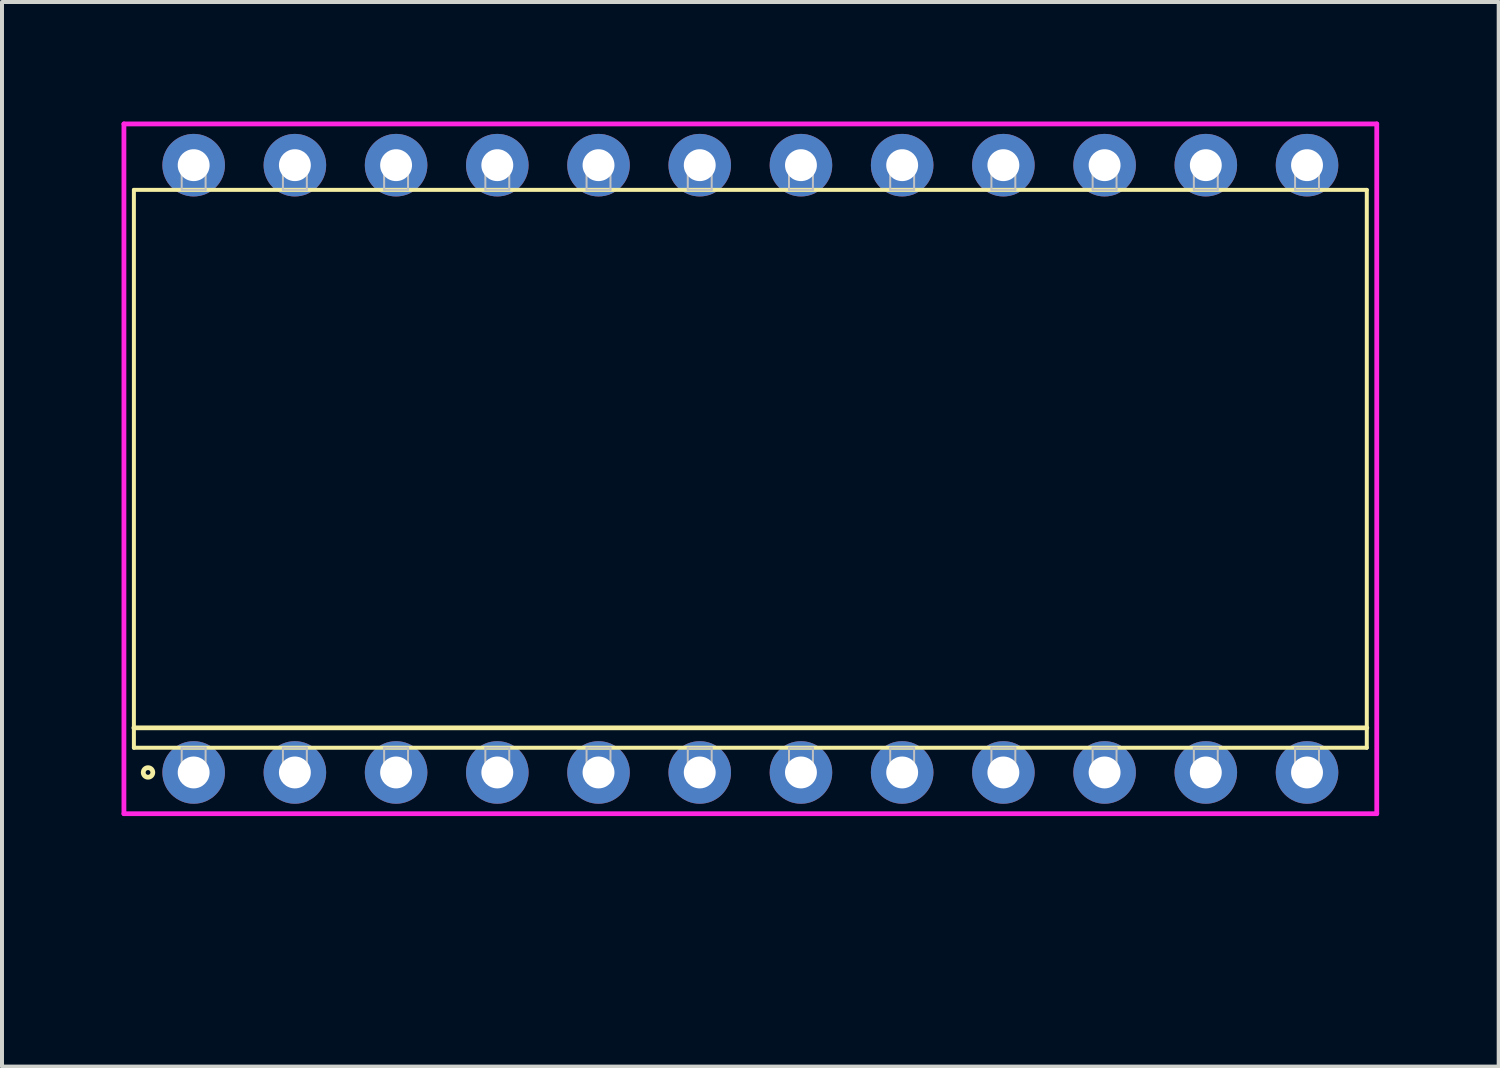
<source format=kicad_pcb>
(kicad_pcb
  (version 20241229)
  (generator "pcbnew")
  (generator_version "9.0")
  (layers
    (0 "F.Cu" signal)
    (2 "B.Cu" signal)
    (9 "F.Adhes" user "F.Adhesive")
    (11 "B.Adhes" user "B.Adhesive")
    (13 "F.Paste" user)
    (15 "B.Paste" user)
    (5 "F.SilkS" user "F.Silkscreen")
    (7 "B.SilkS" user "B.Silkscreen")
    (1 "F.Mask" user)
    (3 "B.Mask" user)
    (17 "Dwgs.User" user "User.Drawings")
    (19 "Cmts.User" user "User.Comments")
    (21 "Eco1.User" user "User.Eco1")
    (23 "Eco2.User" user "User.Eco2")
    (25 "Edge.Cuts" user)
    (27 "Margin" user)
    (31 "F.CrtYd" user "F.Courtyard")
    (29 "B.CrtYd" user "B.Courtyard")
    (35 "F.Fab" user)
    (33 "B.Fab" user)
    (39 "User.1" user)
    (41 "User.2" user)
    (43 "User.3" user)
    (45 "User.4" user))
  (footprint "DIP254P3094x1400-24"
    (layer "F.Cu")
    (at 15.78 8.715)
    (property "Reference" "DIP254P3094x1400-24" (at 0 3 90) (layer "User.1") (effects (font (size 1 1) (thickness 0.1))))
    (attr through_hole)
    (fp_line (start -15.47 -7) (end -15.47 7) (stroke (width 0.1) (type solid)) (layer "F.SilkS"))
    (fp_line (start -15.47 6.5) (end 15.47 6.5) (stroke (width 0.12) (type solid)) (layer "F.SilkS"))
    (fp_line (start -15.47 7) (end 15.47 7) (stroke (width 0.1) (type solid)) (layer "F.SilkS"))
    (fp_line (start 15.47 -7) (end -15.47 -7) (stroke (width 0.1) (type solid)) (layer "F.SilkS"))
    (fp_line (start 15.47 7) (end 15.47 -7) (stroke (width 0.1) (type solid)) (layer "F.SilkS"))
    (fp_circle (center -15.115 7.62) (end -14.995 7.62) (stroke (width 0.12) (type solid)) (fill no) (layer "F.SilkS"))
    (fp_line (start -14.27 -7.62) (end -14.27 -7) (stroke (width 0.05) (type solid)) (layer "Dwgs.User"))
    (fp_line (start -14.27 -7) (end -13.67 -7) (stroke (width 0.05) (type solid)) (layer "Dwgs.User"))
    (fp_line (start -14.27 7) (end -13.67 7) (stroke (width 0.05) (type solid)) (layer "Dwgs.User"))
    (fp_line (start -14.27 7.62) (end -14.27 7) (stroke (width 0.05) (type solid)) (layer "Dwgs.User"))
    (fp_line (start -13.67 -7.62) (end -14.27 -7.62) (stroke (width 0.05) (type solid)) (layer "Dwgs.User"))
    (fp_line (start -13.67 -7) (end -13.67 -7.62) (stroke (width 0.05) (type solid)) (layer "Dwgs.User"))
    (fp_line (start -13.67 7) (end -13.67 7.62) (stroke (width 0.05) (type solid)) (layer "Dwgs.User"))
    (fp_line (start -13.67 7.62) (end -14.27 7.62) (stroke (width 0.05) (type solid)) (layer "Dwgs.User"))
    (fp_line (start -11.73 -7.62) (end -11.73 -7) (stroke (width 0.05) (type solid)) (layer "Dwgs.User"))
    (fp_line (start -11.73 -7) (end -11.13 -7) (stroke (width 0.05) (type solid)) (layer "Dwgs.User"))
    (fp_line (start -11.73 7) (end -11.13 7) (stroke (width 0.05) (type solid)) (layer "Dwgs.User"))
    (fp_line (start -11.73 7.62) (end -11.73 7) (stroke (width 0.05) (type solid)) (layer "Dwgs.User"))
    (fp_line (start -11.13 -7.62) (end -11.73 -7.62) (stroke (width 0.05) (type solid)) (layer "Dwgs.User"))
    (fp_line (start -11.13 -7) (end -11.13 -7.62) (stroke (width 0.05) (type solid)) (layer "Dwgs.User"))
    (fp_line (start -11.13 7) (end -11.13 7.62) (stroke (width 0.05) (type solid)) (layer "Dwgs.User"))
    (fp_line (start -11.13 7.62) (end -11.73 7.62) (stroke (width 0.05) (type solid)) (layer "Dwgs.User"))
    (fp_line (start -9.19 -7.62) (end -9.19 -7) (stroke (width 0.05) (type solid)) (layer "Dwgs.User"))
    (fp_line (start -9.19 -7) (end -8.59 -7) (stroke (width 0.05) (type solid)) (layer "Dwgs.User"))
    (fp_line (start -9.19 7) (end -8.59 7) (stroke (width 0.05) (type solid)) (layer "Dwgs.User"))
    (fp_line (start -9.19 7.62) (end -9.19 7) (stroke (width 0.05) (type solid)) (layer "Dwgs.User"))
    (fp_line (start -8.59 -7.62) (end -9.19 -7.62) (stroke (width 0.05) (type solid)) (layer "Dwgs.User"))
    (fp_line (start -8.59 -7) (end -8.59 -7.62) (stroke (width 0.05) (type solid)) (layer "Dwgs.User"))
    (fp_line (start -8.59 7) (end -8.59 7.62) (stroke (width 0.05) (type solid)) (layer "Dwgs.User"))
    (fp_line (start -8.59 7.62) (end -9.19 7.62) (stroke (width 0.05) (type solid)) (layer "Dwgs.User"))
    (fp_line (start -6.65 -7.62) (end -6.65 -7) (stroke (width 0.05) (type solid)) (layer "Dwgs.User"))
    (fp_line (start -6.65 -7) (end -6.05 -7) (stroke (width 0.05) (type solid)) (layer "Dwgs.User"))
    (fp_line (start -6.65 7) (end -6.05 7) (stroke (width 0.05) (type solid)) (layer "Dwgs.User"))
    (fp_line (start -6.65 7.62) (end -6.65 7) (stroke (width 0.05) (type solid)) (layer "Dwgs.User"))
    (fp_line (start -6.05 -7.62) (end -6.65 -7.62) (stroke (width 0.05) (type solid)) (layer "Dwgs.User"))
    (fp_line (start -6.05 -7) (end -6.05 -7.62) (stroke (width 0.05) (type solid)) (layer "Dwgs.User"))
    (fp_line (start -6.05 7) (end -6.05 7.62) (stroke (width 0.05) (type solid)) (layer "Dwgs.User"))
    (fp_line (start -6.05 7.62) (end -6.65 7.62) (stroke (width 0.05) (type solid)) (layer "Dwgs.User"))
    (fp_line (start -4.11 -7.62) (end -4.11 -7) (stroke (width 0.05) (type solid)) (layer "Dwgs.User"))
    (fp_line (start -4.11 -7) (end -3.51 -7) (stroke (width 0.05) (type solid)) (layer "Dwgs.User"))
    (fp_line (start -4.11 7) (end -3.51 7) (stroke (width 0.05) (type solid)) (layer "Dwgs.User"))
    (fp_line (start -4.11 7.62) (end -4.11 7) (stroke (width 0.05) (type solid)) (layer "Dwgs.User"))
    (fp_line (start -3.51 -7.62) (end -4.11 -7.62) (stroke (width 0.05) (type solid)) (layer "Dwgs.User"))
    (fp_line (start -3.51 -7) (end -3.51 -7.62) (stroke (width 0.05) (type solid)) (layer "Dwgs.User"))
    (fp_line (start -3.51 7) (end -3.51 7.62) (stroke (width 0.05) (type solid)) (layer "Dwgs.User"))
    (fp_line (start -3.51 7.62) (end -4.11 7.62) (stroke (width 0.05) (type solid)) (layer "Dwgs.User"))
    (fp_line (start -1.57 -7.62) (end -1.57 -7) (stroke (width 0.05) (type solid)) (layer "Dwgs.User"))
    (fp_line (start -1.57 -7) (end -0.97 -7) (stroke (width 0.05) (type solid)) (layer "Dwgs.User"))
    (fp_line (start -1.57 7) (end -0.97 7) (stroke (width 0.05) (type solid)) (layer "Dwgs.User"))
    (fp_line (start -1.57 7.62) (end -1.57 7) (stroke (width 0.05) (type solid)) (layer "Dwgs.User"))
    (fp_line (start -0.97 -7.62) (end -1.57 -7.62) (stroke (width 0.05) (type solid)) (layer "Dwgs.User"))
    (fp_line (start -0.97 -7) (end -0.97 -7.62) (stroke (width 0.05) (type solid)) (layer "Dwgs.User"))
    (fp_line (start -0.97 7) (end -0.97 7.62) (stroke (width 0.05) (type solid)) (layer "Dwgs.User"))
    (fp_line (start -0.97 7.62) (end -1.57 7.62) (stroke (width 0.05) (type solid)) (layer "Dwgs.User"))
    (fp_line (start 0.97 -7.62) (end 0.97 -7) (stroke (width 0.05) (type solid)) (layer "Dwgs.User"))
    (fp_line (start 0.97 -7) (end 1.57 -7) (stroke (width 0.05) (type solid)) (layer "Dwgs.User"))
    (fp_line (start 0.97 7) (end 1.57 7) (stroke (width 0.05) (type solid)) (layer "Dwgs.User"))
    (fp_line (start 0.97 7.62) (end 0.97 7) (stroke (width 0.05) (type solid)) (layer "Dwgs.User"))
    (fp_line (start 1.57 -7.62) (end 0.97 -7.62) (stroke (width 0.05) (type solid)) (layer "Dwgs.User"))
    (fp_line (start 1.57 -7) (end 1.57 -7.62) (stroke (width 0.05) (type solid)) (layer "Dwgs.User"))
    (fp_line (start 1.57 7) (end 1.57 7.62) (stroke (width 0.05) (type solid)) (layer "Dwgs.User"))
    (fp_line (start 1.57 7.62) (end 0.97 7.62) (stroke (width 0.05) (type solid)) (layer "Dwgs.User"))
    (fp_line (start 3.51 -7.62) (end 3.51 -7) (stroke (width 0.05) (type solid)) (layer "Dwgs.User"))
    (fp_line (start 3.51 -7) (end 4.11 -7) (stroke (width 0.05) (type solid)) (layer "Dwgs.User"))
    (fp_line (start 3.51 7) (end 4.11 7) (stroke (width 0.05) (type solid)) (layer "Dwgs.User"))
    (fp_line (start 3.51 7.62) (end 3.51 7) (stroke (width 0.05) (type solid)) (layer "Dwgs.User"))
    (fp_line (start 4.11 -7.62) (end 3.51 -7.62) (stroke (width 0.05) (type solid)) (layer "Dwgs.User"))
    (fp_line (start 4.11 -7) (end 4.11 -7.62) (stroke (width 0.05) (type solid)) (layer "Dwgs.User"))
    (fp_line (start 4.11 7) (end 4.11 7.62) (stroke (width 0.05) (type solid)) (layer "Dwgs.User"))
    (fp_line (start 4.11 7.62) (end 3.51 7.62) (stroke (width 0.05) (type solid)) (layer "Dwgs.User"))
    (fp_line (start 6.05 -7.62) (end 6.05 -7) (stroke (width 0.05) (type solid)) (layer "Dwgs.User"))
    (fp_line (start 6.05 -7) (end 6.65 -7) (stroke (width 0.05) (type solid)) (layer "Dwgs.User"))
    (fp_line (start 6.05 7) (end 6.65 7) (stroke (width 0.05) (type solid)) (layer "Dwgs.User"))
    (fp_line (start 6.05 7.62) (end 6.05 7) (stroke (width 0.05) (type solid)) (layer "Dwgs.User"))
    (fp_line (start 6.65 -7.62) (end 6.05 -7.62) (stroke (width 0.05) (type solid)) (layer "Dwgs.User"))
    (fp_line (start 6.65 -7) (end 6.65 -7.62) (stroke (width 0.05) (type solid)) (layer "Dwgs.User"))
    (fp_line (start 6.65 7) (end 6.65 7.62) (stroke (width 0.05) (type solid)) (layer "Dwgs.User"))
    (fp_line (start 6.65 7.62) (end 6.05 7.62) (stroke (width 0.05) (type solid)) (layer "Dwgs.User"))
    (fp_line (start 8.59 -7.62) (end 8.59 -7) (stroke (width 0.05) (type solid)) (layer "Dwgs.User"))
    (fp_line (start 8.59 -7) (end 9.19 -7) (stroke (width 0.05) (type solid)) (layer "Dwgs.User"))
    (fp_line (start 8.59 7) (end 9.19 7) (stroke (width 0.05) (type solid)) (layer "Dwgs.User"))
    (fp_line (start 8.59 7.62) (end 8.59 7) (stroke (width 0.05) (type solid)) (layer "Dwgs.User"))
    (fp_line (start 9.19 -7.62) (end 8.59 -7.62) (stroke (width 0.05) (type solid)) (layer "Dwgs.User"))
    (fp_line (start 9.19 -7) (end 9.19 -7.62) (stroke (width 0.05) (type solid)) (layer "Dwgs.User"))
    (fp_line (start 9.19 7) (end 9.19 7.62) (stroke (width 0.05) (type solid)) (layer "Dwgs.User"))
    (fp_line (start 9.19 7.62) (end 8.59 7.62) (stroke (width 0.05) (type solid)) (layer "Dwgs.User"))
    (fp_line (start 11.13 -7.62) (end 11.13 -7) (stroke (width 0.05) (type solid)) (layer "Dwgs.User"))
    (fp_line (start 11.13 -7) (end 11.73 -7) (stroke (width 0.05) (type solid)) (layer "Dwgs.User"))
    (fp_line (start 11.13 7) (end 11.73 7) (stroke (width 0.05) (type solid)) (layer "Dwgs.User"))
    (fp_line (start 11.13 7.62) (end 11.13 7) (stroke (width 0.05) (type solid)) (layer "Dwgs.User"))
    (fp_line (start 11.73 -7.62) (end 11.13 -7.62) (stroke (width 0.05) (type solid)) (layer "Dwgs.User"))
    (fp_line (start 11.73 -7) (end 11.73 -7.62) (stroke (width 0.05) (type solid)) (layer "Dwgs.User"))
    (fp_line (start 11.73 7) (end 11.73 7.62) (stroke (width 0.05) (type solid)) (layer "Dwgs.User"))
    (fp_line (start 11.73 7.62) (end 11.13 7.62) (stroke (width 0.05) (type solid)) (layer "Dwgs.User"))
    (fp_line (start 13.67 -7.62) (end 13.67 -7) (stroke (width 0.05) (type solid)) (layer "Dwgs.User"))
    (fp_line (start 13.67 -7) (end 14.27 -7) (stroke (width 0.05) (type solid)) (layer "Dwgs.User"))
    (fp_line (start 13.67 7) (end 14.27 7) (stroke (width 0.05) (type solid)) (layer "Dwgs.User"))
    (fp_line (start 13.67 7.62) (end 13.67 7) (stroke (width 0.05) (type solid)) (layer "Dwgs.User"))
    (fp_line (start 14.27 -7.62) (end 13.67 -7.62) (stroke (width 0.05) (type solid)) (layer "Dwgs.User"))
    (fp_line (start 14.27 -7) (end 14.27 -7.62) (stroke (width 0.05) (type solid)) (layer "Dwgs.User"))
    (fp_line (start 14.27 7) (end 14.27 7.62) (stroke (width 0.05) (type solid)) (layer "Dwgs.User"))
    (fp_line (start 14.27 7.62) (end 13.67 7.62) (stroke (width 0.05) (type solid)) (layer "Dwgs.User"))
    (fp_line (start -15.72 -8.655) (end -15.72 8.655) (stroke (width 0.12) (type solid)) (layer "F.CrtYd"))
    (fp_line (start -15.72 8.655) (end 15.72 8.655) (stroke (width 0.12) (type solid)) (layer "F.CrtYd"))
    (fp_line (start 15.72 -8.655) (end -15.72 -8.655) (stroke (width 0.12) (type solid)) (layer "F.CrtYd"))
    (fp_line (start 15.72 8.655) (end 15.72 -8.655) (stroke (width 0.12) (type solid)) (layer "F.CrtYd"))
    (pad "1" thru_hole oval (at -13.97 -7.62) (size 1.57 1.57) (drill 0.8) (layers "*.Cu" "*.Mask"))
    (pad "1" thru_hole oval (at -13.97 7.62) (size 1.57 1.57) (drill 0.8) (layers "*.Cu" "*.Mask"))
    (pad "1" thru_hole oval (at -11.43 -7.62) (size 1.57 1.57) (drill 0.8) (layers "*.Cu" "*.Mask"))
    (pad "1" thru_hole oval (at -8.89 -7.62) (size 1.57 1.57) (drill 0.8) (layers "*.Cu" "*.Mask"))
    (pad "1" thru_hole oval (at -6.35 -7.62) (size 1.57 1.57) (drill 0.8) (layers "*.Cu" "*.Mask"))
    (pad "1" thru_hole oval (at -3.81 -7.62) (size 1.57 1.57) (drill 0.8) (layers "*.Cu" "*.Mask"))
    (pad "1" thru_hole oval (at -1.27 -7.62) (size 1.57 1.57) (drill 0.8) (layers "*.Cu" "*.Mask"))
    (pad "1" thru_hole oval (at 1.27 -7.62) (size 1.57 1.57) (drill 0.8) (layers "*.Cu" "*.Mask"))
    (pad "1" thru_hole oval (at 3.81 -7.62) (size 1.57 1.57) (drill 0.8) (layers "*.Cu" "*.Mask"))
    (pad "1" thru_hole oval (at 6.35 -7.62) (size 1.57 1.57) (drill 0.8) (layers "*.Cu" "*.Mask"))
    (pad "1" thru_hole oval (at 8.89 -7.62) (size 1.57 1.57) (drill 0.8) (layers "*.Cu" "*.Mask"))
    (pad "1" thru_hole oval (at 11.43 -7.62) (size 1.57 1.57) (drill 0.8) (layers "*.Cu" "*.Mask"))
    (pad "1" thru_hole oval (at 13.97 -7.62) (size 1.57 1.57) (drill 0.8) (layers "*.Cu" "*.Mask"))
    (pad "2" thru_hole oval (at -11.43 7.62) (size 1.57 1.57) (drill 0.8) (layers "*.Cu" "*.Mask"))
    (pad "3" thru_hole oval (at -8.89 7.62) (size 1.57 1.57) (drill 0.8) (layers "*.Cu" "*.Mask"))
    (pad "4" thru_hole oval (at -6.35 7.62) (size 1.57 1.57) (drill 0.8) (layers "*.Cu" "*.Mask"))
    (pad "5" thru_hole oval (at -3.81 7.62) (size 1.57 1.57) (drill 0.8) (layers "*.Cu" "*.Mask"))
    (pad "6" thru_hole oval (at -1.27 7.62) (size 1.57 1.57) (drill 0.8) (layers "*.Cu" "*.Mask"))
    (pad "7" thru_hole oval (at 1.27 7.62) (size 1.57 1.57) (drill 0.8) (layers "*.Cu" "*.Mask"))
    (pad "8" thru_hole oval (at 3.81 7.62) (size 1.57 1.57) (drill 0.8) (layers "*.Cu" "*.Mask"))
    (pad "9" thru_hole oval (at 6.35 7.62) (size 1.57 1.57) (drill 0.8) (layers "*.Cu" "*.Mask"))
    (pad "10" thru_hole oval (at 8.89 7.62) (size 1.57 1.57) (drill 0.8) (layers "*.Cu" "*.Mask"))
    (pad "11" thru_hole oval (at 11.43 7.62) (size 1.57 1.57) (drill 0.8) (layers "*.Cu" "*.Mask"))
    (pad "12" thru_hole oval (at 13.97 7.62) (size 1.57 1.57) (drill 0.8) (layers "*.Cu" "*.Mask")))
  (gr_rect
    (start -3 -3)
    (end 34.56 23.717)
    (stroke (width 0.1) (type default))
    (fill no)
    (layer "Edge.Cuts")))
</source>
